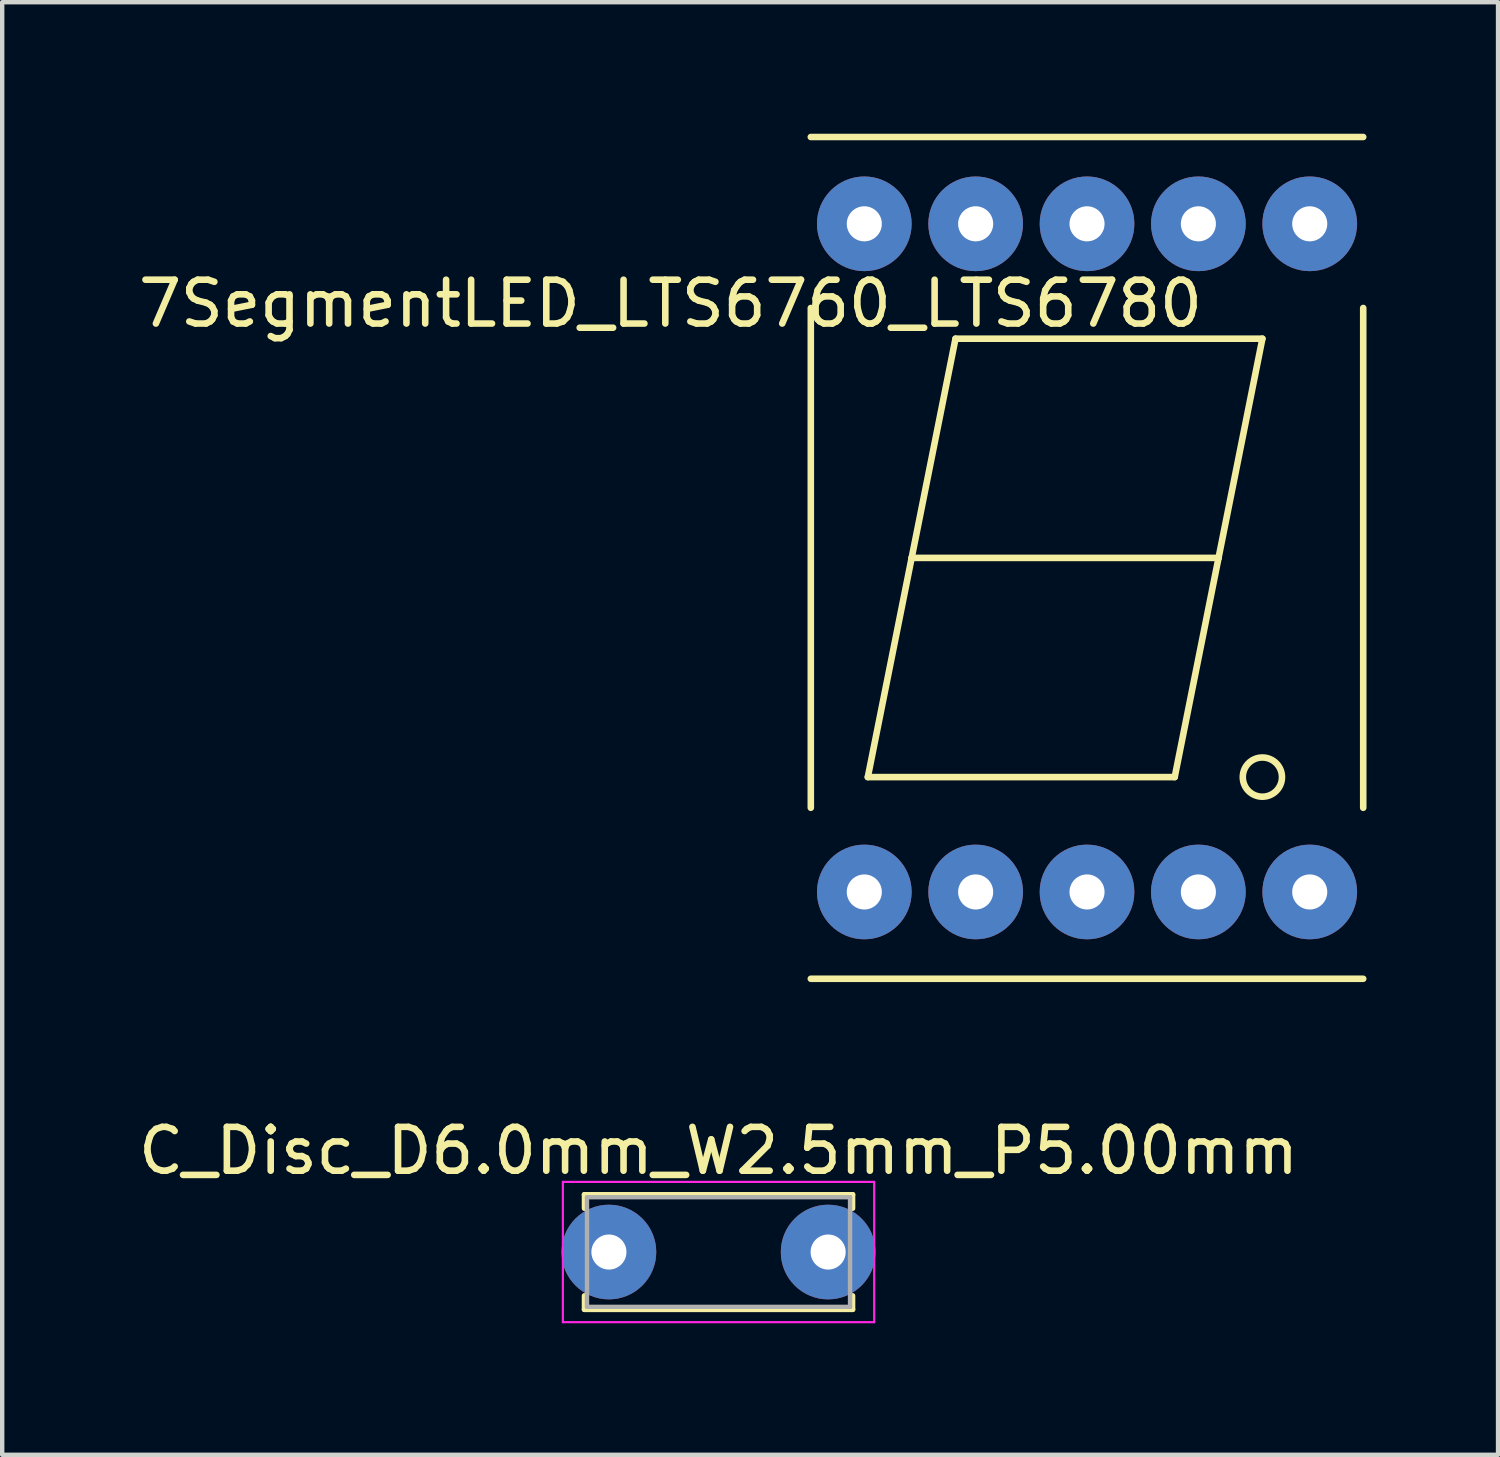
<source format=kicad_pcb>
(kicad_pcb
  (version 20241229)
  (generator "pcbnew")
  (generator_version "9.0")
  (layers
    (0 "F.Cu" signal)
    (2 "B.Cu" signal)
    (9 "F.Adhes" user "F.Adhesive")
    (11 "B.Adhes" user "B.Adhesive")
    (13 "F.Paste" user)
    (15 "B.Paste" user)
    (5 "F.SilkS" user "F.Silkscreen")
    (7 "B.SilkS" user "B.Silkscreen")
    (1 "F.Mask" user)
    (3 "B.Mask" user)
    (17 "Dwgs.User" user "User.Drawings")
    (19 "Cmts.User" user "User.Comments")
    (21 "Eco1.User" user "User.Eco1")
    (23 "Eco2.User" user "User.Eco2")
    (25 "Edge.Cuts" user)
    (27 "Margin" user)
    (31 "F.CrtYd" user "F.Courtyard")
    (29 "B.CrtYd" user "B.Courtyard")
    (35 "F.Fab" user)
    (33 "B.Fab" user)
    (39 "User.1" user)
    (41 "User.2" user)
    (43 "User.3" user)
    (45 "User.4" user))
  (footprint "7SegmentLED_LTS6760_LTS6780"
    (layer "F.Cu")
    (at 21.744 9.675)
    (property "Reference" "7SegmentLED_LTS6760_LTS6780" (at -9.5 -5.8 0) (layer "F.SilkS") (effects (font (size 1 1) (thickness 0.15))))
    (attr through_hole)
    (fp_line (start -6.3 -9.6) (end 6.3 -9.6) (stroke (width 0.15) (type solid)) (layer "F.SilkS"))
    (fp_line (start -6.3 -5.7) (end -6.3 5.7) (stroke (width 0.15) (type solid)) (layer "F.SilkS"))
    (fp_line (start -5 5) (end 2 5) (stroke (width 0.15) (type solid)) (layer "F.SilkS"))
    (fp_line (start -4 0) (end -5 5) (stroke (width 0.15) (type solid)) (layer "F.SilkS"))
    (fp_line (start -3 -5) (end -4 0) (stroke (width 0.15) (type solid)) (layer "F.SilkS"))
    (fp_line (start -3 -5) (end 4 -5) (stroke (width 0.15) (type solid)) (layer "F.SilkS"))
    (fp_line (start 2 5) (end 3 0) (stroke (width 0.15) (type solid)) (layer "F.SilkS"))
    (fp_line (start 3 0) (end -4 0) (stroke (width 0.15) (type solid)) (layer "F.SilkS"))
    (fp_line (start 4 -5) (end 3 0) (stroke (width 0.15) (type solid)) (layer "F.SilkS"))
    (fp_line (start 6.3 -5.7) (end 6.3 5.7) (stroke (width 0.15) (type solid)) (layer "F.SilkS"))
    (fp_line (start 6.3 9.6) (end -6.3 9.6) (stroke (width 0.15) (type solid)) (layer "F.SilkS"))
    (fp_circle (center 4 5) (end 4.4 5.2) (stroke (width 0.15) (type solid)) (fill no) (layer "F.SilkS"))
    (pad "1" thru_hole oval (at -5.08 7.62) (size 2.159 2.159) (drill 0.8) (layers "*.Cu" "*.Mask"))
    (pad "2" thru_hole oval (at -2.54 7.62) (size 2.159 2.159) (drill 0.8) (layers "*.Cu" "*.Mask"))
    (pad "3" thru_hole oval (at 0 7.62) (size 2.159 2.159) (drill 0.8) (layers "*.Cu" "*.Mask"))
    (pad "4" thru_hole oval (at 2.54 7.62) (size 2.159 2.159) (drill 0.8) (layers "*.Cu" "*.Mask"))
    (pad "5" thru_hole oval (at 5.08 7.62) (size 2.159 2.159) (drill 0.8) (layers "*.Cu" "*.Mask"))
    (pad "6" thru_hole oval (at 5.08 -7.62) (size 2.159 2.159) (drill 0.8) (layers "*.Cu" "*.Mask"))
    (pad "7" thru_hole oval (at 2.54 -7.62) (size 2.159 2.159) (drill 0.8) (layers "*.Cu" "*.Mask"))
    (pad "8" thru_hole oval (at 0 -7.62) (size 2.159 2.159) (drill 0.8) (layers "*.Cu" "*.Mask"))
    (pad "9" thru_hole oval (at -2.54 -7.62) (size 2.159 2.159) (drill 0.8) (layers "*.Cu" "*.Mask"))
    (pad "10" thru_hole oval (at -5.08 -7.62) (size 2.159 2.159) (drill 0.8) (layers "*.Cu" "*.Mask")))
  (footprint "C_Disc_D6.0mm_W2.5mm_P5.00mm"
    (layer "F.Cu")
    (at 10.839 25.508)
    (property "Reference" "C_Disc_D6.0mm_W2.5mm_P5.00mm" (at 2.5 -2.31 0) (layer "F.SilkS") (effects (font (size 1 1) (thickness 0.15))))
    (attr through_hole)
    (fp_line (start -0.56 -1.31) (end -0.56 -0.996) (stroke (width 0.12) (type solid)) (layer "F.SilkS"))
    (fp_line (start -0.56 -1.31) (end 5.56 -1.31) (stroke (width 0.12) (type solid)) (layer "F.SilkS"))
    (fp_line (start -0.56 0.996) (end -0.56 1.31) (stroke (width 0.12) (type solid)) (layer "F.SilkS"))
    (fp_line (start -0.56 1.31) (end 5.56 1.31) (stroke (width 0.12) (type solid)) (layer "F.SilkS"))
    (fp_line (start 5.56 -1.31) (end 5.56 -0.996) (stroke (width 0.12) (type solid)) (layer "F.SilkS"))
    (fp_line (start 5.56 0.996) (end 5.56 1.31) (stroke (width 0.12) (type solid)) (layer "F.SilkS"))
    (fp_line (start -1.05 -1.6) (end -1.05 1.6) (stroke (width 0.05) (type solid)) (layer "F.CrtYd"))
    (fp_line (start -1.05 1.6) (end 6.05 1.6) (stroke (width 0.05) (type solid)) (layer "F.CrtYd"))
    (fp_line (start 6.05 -1.6) (end -1.05 -1.6) (stroke (width 0.05) (type solid)) (layer "F.CrtYd"))
    (fp_line (start 6.05 1.6) (end 6.05 -1.6) (stroke (width 0.05) (type solid)) (layer "F.CrtYd"))
    (fp_line (start -0.5 -1.25) (end -0.5 1.25) (stroke (width 0.1) (type solid)) (layer "F.Fab"))
    (fp_line (start -0.5 1.25) (end 5.5 1.25) (stroke (width 0.1) (type solid)) (layer "F.Fab"))
    (fp_line (start 5.5 -1.25) (end -0.5 -1.25) (stroke (width 0.1) (type solid)) (layer "F.Fab"))
    (fp_line (start 5.5 1.25) (end 5.5 -1.25) (stroke (width 0.1) (type solid)) (layer "F.Fab"))
    (pad "1" thru_hole circle (at 0 0) (size 2.159 2.159) (drill 0.8) (layers "*.Cu" "*.Mask"))
    (pad "2" thru_hole circle (at 5 0) (size 2.159 2.159) (drill 0.8) (layers "*.Cu" "*.Mask")))
  (gr_rect
    (start -3 -3)
    (end 31.119 30.133)
    (stroke (width 0.1) (type default))
    (fill no)
    (layer "Edge.Cuts")))
</source>
